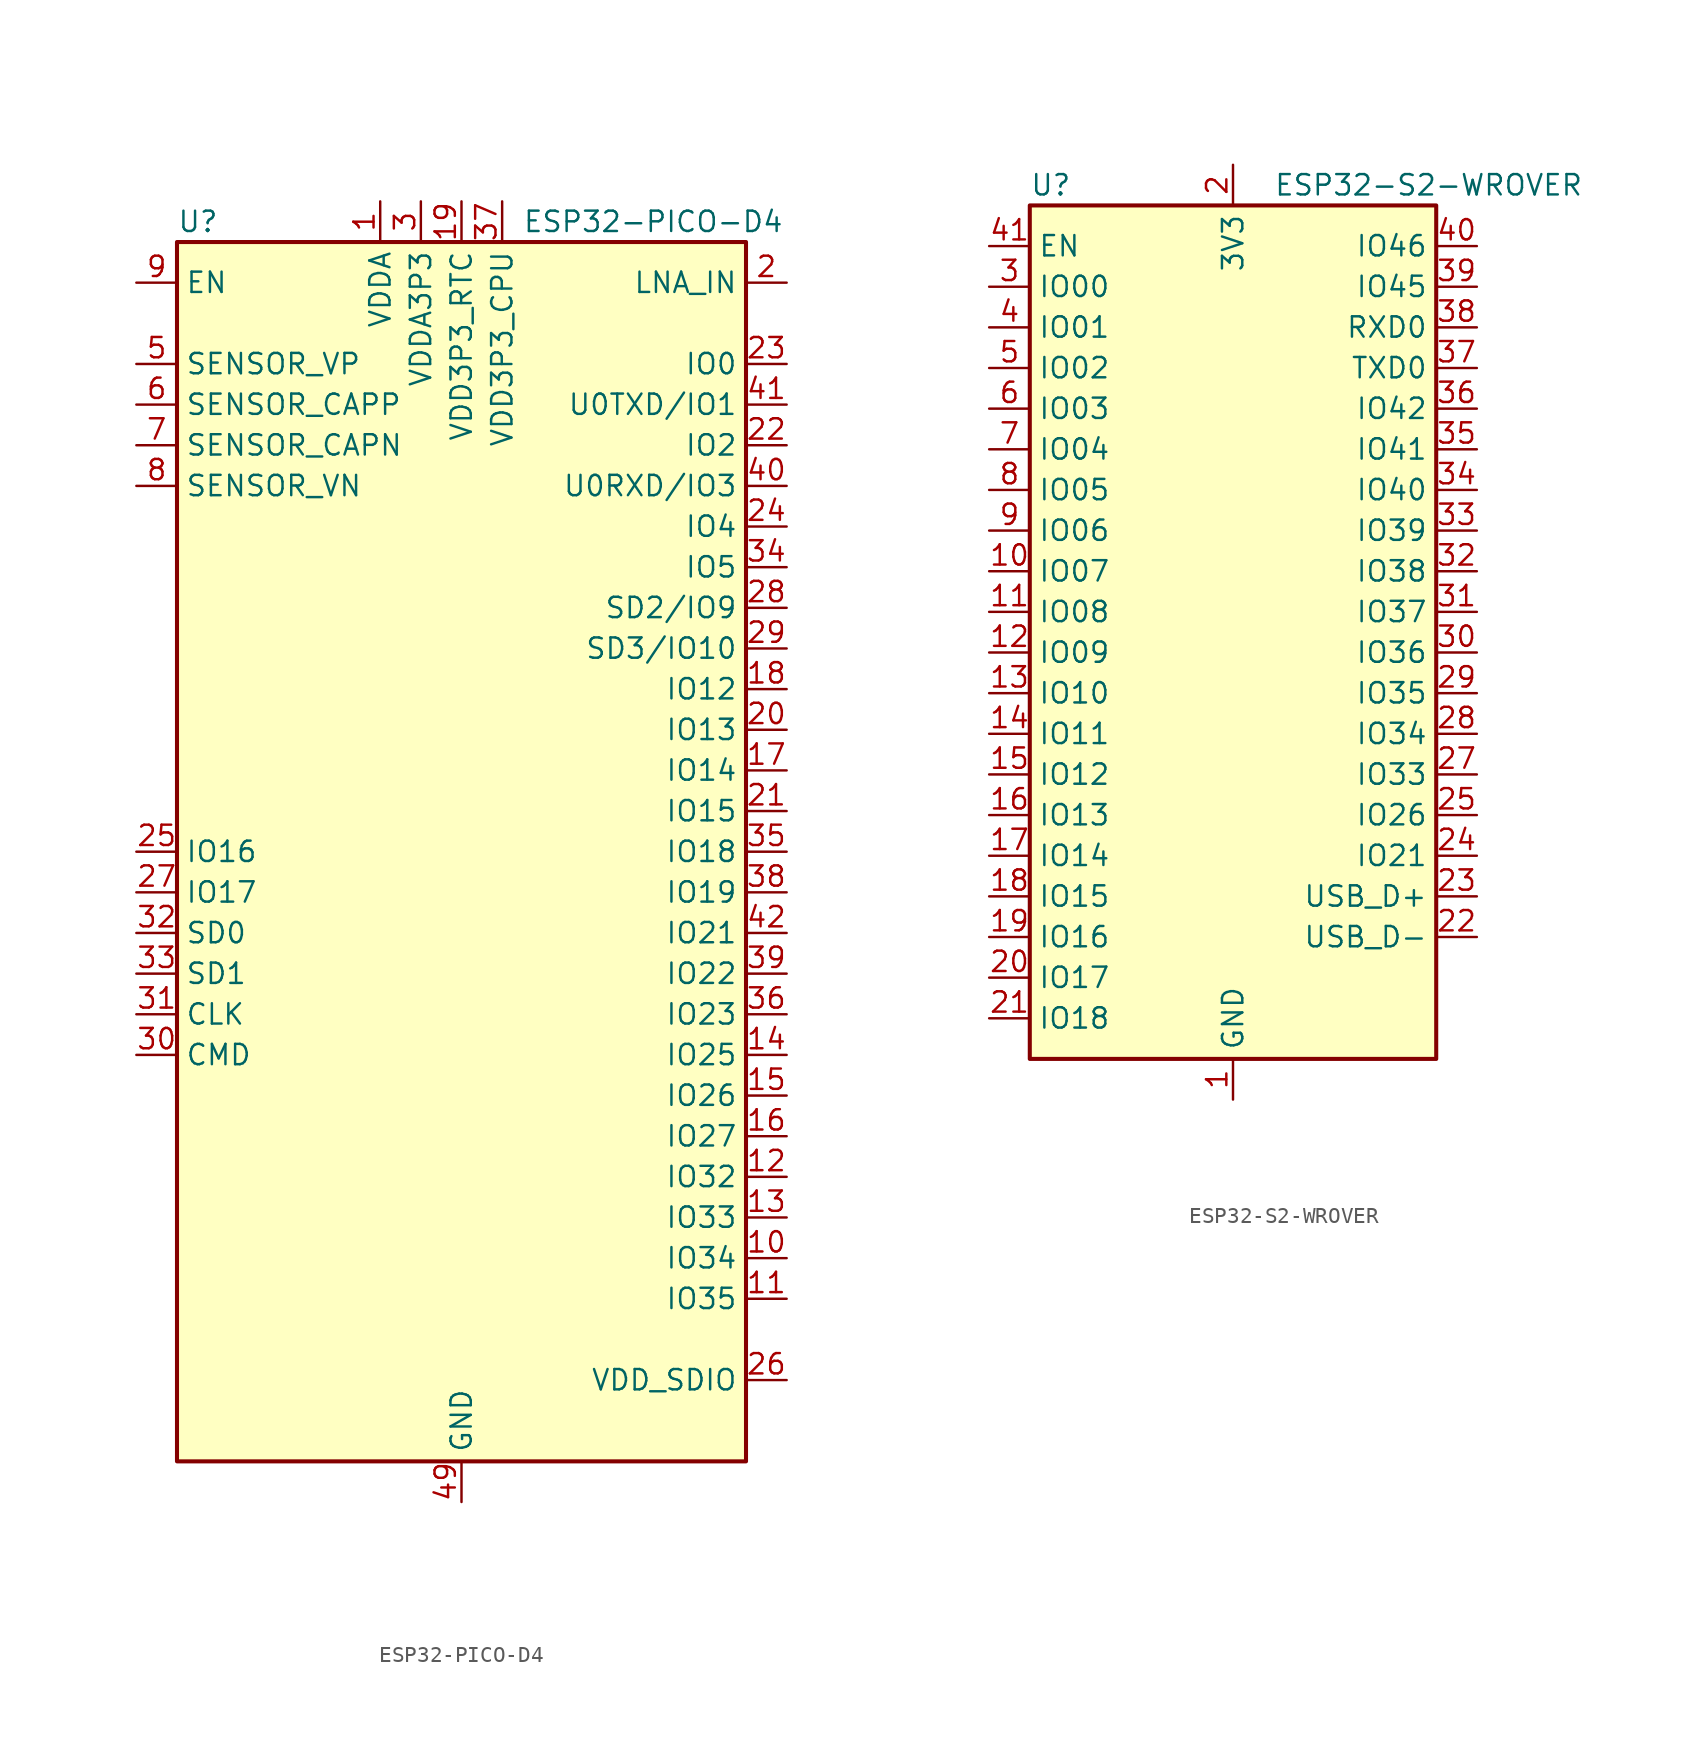
<source format=kicad_sym>
(kicad_symbol_lib
  (version 20211014)
  (generator kicad_symbol_editor)
  (symbol "ESP32-PICO-D4"
    (property "Reference" "U"
      (at -17.78 39.37 0)
      (effects (font (size 1.27 1.27)) (justify left)))
    (property "Value" "ESP32-PICO-D4"
      (at 3.81 39.37 0)
      (effects (font (size 1.27 1.27)) (justify left)))
    (symbol "ESP32-PICO-D4_0_0"
      (pin power_in line (at -5.08 40.64 270) (length 2.54) (name "VDDA" (effects (font (size 1.27 1.27)))) (number "1" (effects (font (size 1.27 1.27)))))
      (pin input line (at 20.32 -25.4 180) (length 2.54) (name "IO34" (effects (font (size 1.27 1.27)))) (number "10" (effects (font (size 1.27 1.27)))))
      (pin input line (at 20.32 -27.94 180) (length 2.54) (name "IO35" (effects (font (size 1.27 1.27)))) (number "11" (effects (font (size 1.27 1.27)))))
      (pin bidirectional line (at 20.32 -20.32 180) (length 2.54) (name "IO32" (effects (font (size 1.27 1.27)))) (number "12" (effects (font (size 1.27 1.27)))))
      (pin bidirectional line (at 20.32 -22.86 180) (length 2.54) (name "IO33" (effects (font (size 1.27 1.27)))) (number "13" (effects (font (size 1.27 1.27)))))
      (pin bidirectional line (at 20.32 -12.7 180) (length 2.54) (name "IO25" (effects (font (size 1.27 1.27)))) (number "14" (effects (font (size 1.27 1.27)))))
      (pin bidirectional line (at 20.32 -15.24 180) (length 2.54) (name "IO26" (effects (font (size 1.27 1.27)))) (number "15" (effects (font (size 1.27 1.27)))))
      (pin bidirectional line (at 20.32 -17.78 180) (length 2.54) (name "IO27" (effects (font (size 1.27 1.27)))) (number "16" (effects (font (size 1.27 1.27)))))
      (pin bidirectional line (at 20.32 5.08 180) (length 2.54) (name "IO14" (effects (font (size 1.27 1.27)))) (number "17" (effects (font (size 1.27 1.27)))))
      (pin bidirectional line (at 20.32 10.16 180) (length 2.54) (name "IO12" (effects (font (size 1.27 1.27)))) (number "18" (effects (font (size 1.27 1.27)))))
      (pin power_in line (at 0 40.64 270) (length 2.54) (name "VDD3P3_RTC" (effects (font (size 1.27 1.27)))) (number "19" (effects (font (size 1.27 1.27)))))
      (pin bidirectional line (at 20.32 35.56 180) (length 2.54) (name "LNA_IN" (effects (font (size 1.27 1.27)))) (number "2" (effects (font (size 1.27 1.27)))))
      (pin bidirectional line (at 20.32 7.62 180) (length 2.54) (name "IO13" (effects (font (size 1.27 1.27)))) (number "20" (effects (font (size 1.27 1.27)))))
      (pin bidirectional line (at 20.32 2.54 180) (length 2.54) (name "IO15" (effects (font (size 1.27 1.27)))) (number "21" (effects (font (size 1.27 1.27)))))
      (pin bidirectional line (at 20.32 25.4 180) (length 2.54) (name "IO2" (effects (font (size 1.27 1.27)))) (number "22" (effects (font (size 1.27 1.27)))))
      (pin bidirectional line (at 20.32 30.48 180) (length 2.54) (name "IO0" (effects (font (size 1.27 1.27)))) (number "23" (effects (font (size 1.27 1.27)))))
      (pin bidirectional line (at 20.32 20.32 180) (length 2.54) (name "IO4" (effects (font (size 1.27 1.27)))) (number "24" (effects (font (size 1.27 1.27)))))
      (pin bidirectional line (at -20.32 0 0) (length 2.54) (name "IO16" (effects (font (size 1.27 1.27)))) (number "25" (effects (font (size 1.27 1.27)))))
      (pin power_out line (at 20.32 -33.02 180) (length 2.54) (name "VDD_SDIO" (effects (font (size 1.27 1.27)))) (number "26" (effects (font (size 1.27 1.27)))))
      (pin bidirectional line (at -20.32 -2.54 0) (length 2.54) (name "IO17" (effects (font (size 1.27 1.27)))) (number "27" (effects (font (size 1.27 1.27)))))
      (pin bidirectional line (at 20.32 15.24 180) (length 2.54) (name "SD2/IO9" (effects (font (size 1.27 1.27)))) (number "28" (effects (font (size 1.27 1.27)))))
      (pin bidirectional line (at 20.32 12.7 180) (length 2.54) (name "SD3/IO10" (effects (font (size 1.27 1.27)))) (number "29" (effects (font (size 1.27 1.27)))))
      (pin power_in line (at -2.54 40.64 270) (length 2.54) (name "VDDA3P3" (effects (font (size 1.27 1.27)))) (number "3" (effects (font (size 1.27 1.27)))))
      (pin bidirectional line (at -20.32 -12.7 0) (length 2.54) (name "CMD" (effects (font (size 1.27 1.27)))) (number "30" (effects (font (size 1.27 1.27)))))
      (pin bidirectional line (at -20.32 -10.16 0) (length 2.54) (name "CLK" (effects (font (size 1.27 1.27)))) (number "31" (effects (font (size 1.27 1.27)))))
      (pin bidirectional line (at -20.32 -5.08 0) (length 2.54) (name "SD0" (effects (font (size 1.27 1.27)))) (number "32" (effects (font (size 1.27 1.27)))))
      (pin bidirectional line (at -20.32 -7.62 0) (length 2.54) (name "SD1" (effects (font (size 1.27 1.27)))) (number "33" (effects (font (size 1.27 1.27)))))
      (pin bidirectional line (at 20.32 17.78 180) (length 2.54) (name "IO5" (effects (font (size 1.27 1.27)))) (number "34" (effects (font (size 1.27 1.27)))))
      (pin bidirectional line (at 20.32 0 180) (length 2.54) (name "IO18" (effects (font (size 1.27 1.27)))) (number "35" (effects (font (size 1.27 1.27)))))
      (pin bidirectional line (at 20.32 -10.16 180) (length 2.54) (name "IO23" (effects (font (size 1.27 1.27)))) (number "36" (effects (font (size 1.27 1.27)))))
      (pin power_in line (at 2.54 40.64 270) (length 2.54) (name "VDD3P3_CPU" (effects (font (size 1.27 1.27)))) (number "37" (effects (font (size 1.27 1.27)))))
      (pin bidirectional line (at 20.32 -2.54 180) (length 2.54) (name "IO19" (effects (font (size 1.27 1.27)))) (number "38" (effects (font (size 1.27 1.27)))))
      (pin bidirectional line (at 20.32 -7.62 180) (length 2.54) (name "IO22" (effects (font (size 1.27 1.27)))) (number "39" (effects (font (size 1.27 1.27)))))
      (pin passive line (at -2.54 40.64 270) (length 2.54) hide (name "VDDA3P3" (effects (font (size 1.27 1.27)))) (number "4" (effects (font (size 1.27 1.27)))))
      (pin bidirectional line (at 20.32 22.86 180) (length 2.54) (name "U0RXD/IO3" (effects (font (size 1.27 1.27)))) (number "40" (effects (font (size 1.27 1.27)))))
      (pin bidirectional line (at 20.32 27.94 180) (length 2.54) (name "U0TXD/IO1" (effects (font (size 1.27 1.27)))) (number "41" (effects (font (size 1.27 1.27)))))
      (pin bidirectional line (at 20.32 -5.08 180) (length 2.54) (name "IO21" (effects (font (size 1.27 1.27)))) (number "42" (effects (font (size 1.27 1.27)))))
      (pin passive line (at -5.08 40.64 270) (length 2.54) hide (name "VDDA" (effects (font (size 1.27 1.27)))) (number "43" (effects (font (size 1.27 1.27)))))
      (pin no_connect line (at -17.78 -25.4 0) (length 2.54) hide (name "XTAL_N_NC" (effects (font (size 1.27 1.27)))) (number "44" (effects (font (size 1.27 1.27)))))
      (pin no_connect line (at -17.78 -27.94 0) (length 2.54) hide (name "XTAL_P_NC" (effects (font (size 1.27 1.27)))) (number "45" (effects (font (size 1.27 1.27)))))
      (pin passive line (at -5.08 40.64 270) (length 2.54) hide (name "VDDA" (effects (font (size 1.27 1.27)))) (number "46" (effects (font (size 1.27 1.27)))))
      (pin no_connect line (at -17.78 -30.48 0) (length 2.54) hide (name "CAP2_NC" (effects (font (size 1.27 1.27)))) (number "47" (effects (font (size 1.27 1.27)))))
      (pin no_connect line (at -17.78 -33.02 0) (length 2.54) hide (name "CAP1_NC" (effects (font (size 1.27 1.27)))) (number "48" (effects (font (size 1.27 1.27)))))
      (pin power_in line (at 0 -40.64 90) (length 2.54) (name "GND" (effects (font (size 1.27 1.27)))) (number "49" (effects (font (size 1.27 1.27)))))
      (pin input line (at -20.32 30.48 0) (length 2.54) (name "SENSOR_VP" (effects (font (size 1.27 1.27)))) (number "5" (effects (font (size 1.27 1.27)))))
      (pin input line (at -20.32 27.94 0) (length 2.54) (name "SENSOR_CAPP" (effects (font (size 1.27 1.27)))) (number "6" (effects (font (size 1.27 1.27)))))
      (pin input line (at -20.32 25.4 0) (length 2.54) (name "SENSOR_CAPN" (effects (font (size 1.27 1.27)))) (number "7" (effects (font (size 1.27 1.27)))))
      (pin input line (at -20.32 22.86 0) (length 2.54) (name "SENSOR_VN" (effects (font (size 1.27 1.27)))) (number "8" (effects (font (size 1.27 1.27)))))
      (pin input line (at -20.32 35.56 0) (length 2.54) (name "EN" (effects (font (size 1.27 1.27)))) (number "9" (effects (font (size 1.27 1.27))))))
    (symbol "ESP32-PICO-D4_0_1"
      (rectangle (start -17.78 38.1) (end 17.78 -38.1) (stroke (width 0.254) (type default) (color 0 0 0 0)) (fill (type background)))))
  (symbol "ESP32-S2-WROVER"
    (property "Reference" "U"
      (at -12.7 29.21 0)
      (effects (font (size 1.27 1.27)) (justify left)))
    (property "Value" "ESP32-S2-WROVER"
      (at 2.54 29.21 0)
      (effects (font (size 1.27 1.27)) (justify left)))
    (symbol "ESP32-S2-WROVER_0_1"
      (rectangle (start -12.7 27.94) (end 12.7 -25.4) (stroke (width 0.254) (type default) (color 0 0 0 0)) (fill (type background))))
    (symbol "ESP32-S2-WROVER_1_1"
      (pin power_in line (at 0 -27.94 90) (length 2.54) (name "GND" (effects (font (size 1.27 1.27)))) (number "1" (effects (font (size 1.27 1.27)))))
      (pin bidirectional line (at -15.24 5.08 0) (length 2.54) (name "IO07" (effects (font (size 1.27 1.27)))) (number "10" (effects (font (size 1.27 1.27)))))
      (pin bidirectional line (at -15.24 2.54 0) (length 2.54) (name "IO08" (effects (font (size 1.27 1.27)))) (number "11" (effects (font (size 1.27 1.27)))))
      (pin bidirectional line (at -15.24 0 0) (length 2.54) (name "IO09" (effects (font (size 1.27 1.27)))) (number "12" (effects (font (size 1.27 1.27)))))
      (pin bidirectional line (at -15.24 -2.54 0) (length 2.54) (name "IO10" (effects (font (size 1.27 1.27)))) (number "13" (effects (font (size 1.27 1.27)))))
      (pin bidirectional line (at -15.24 -5.08 0) (length 2.54) (name "IO11" (effects (font (size 1.27 1.27)))) (number "14" (effects (font (size 1.27 1.27)))))
      (pin bidirectional line (at -15.24 -7.62 0) (length 2.54) (name "IO12" (effects (font (size 1.27 1.27)))) (number "15" (effects (font (size 1.27 1.27)))))
      (pin bidirectional line (at -15.24 -10.16 0) (length 2.54) (name "IO13" (effects (font (size 1.27 1.27)))) (number "16" (effects (font (size 1.27 1.27)))))
      (pin bidirectional line (at -15.24 -12.7 0) (length 2.54) (name "IO14" (effects (font (size 1.27 1.27)))) (number "17" (effects (font (size 1.27 1.27)))))
      (pin bidirectional line (at -15.24 -15.24 0) (length 2.54) (name "IO15" (effects (font (size 1.27 1.27)))) (number "18" (effects (font (size 1.27 1.27)))))
      (pin bidirectional line (at -15.24 -17.78 0) (length 2.54) (name "IO16" (effects (font (size 1.27 1.27)))) (number "19" (effects (font (size 1.27 1.27)))))
      (pin power_in line (at 0 30.48 270) (length 2.54) (name "3V3" (effects (font (size 1.27 1.27)))) (number "2" (effects (font (size 1.27 1.27)))))
      (pin bidirectional line (at -15.24 -20.32 0) (length 2.54) (name "IO17" (effects (font (size 1.27 1.27)))) (number "20" (effects (font (size 1.27 1.27)))))
      (pin bidirectional line (at -15.24 -22.86 0) (length 2.54) (name "IO18" (effects (font (size 1.27 1.27)))) (number "21" (effects (font (size 1.27 1.27)))))
      (pin bidirectional line (at 15.24 -17.78 180) (length 2.54) (name "USB_D-" (effects (font (size 1.27 1.27)))) (number "22" (effects (font (size 1.27 1.27)))))
      (pin bidirectional line (at 15.24 -15.24 180) (length 2.54) (name "USB_D+" (effects (font (size 1.27 1.27)))) (number "23" (effects (font (size 1.27 1.27)))))
      (pin bidirectional line (at 15.24 -12.7 180) (length 2.54) (name "IO21" (effects (font (size 1.27 1.27)))) (number "24" (effects (font (size 1.27 1.27)))))
      (pin bidirectional line (at 15.24 -10.16 180) (length 2.54) (name "IO26" (effects (font (size 1.27 1.27)))) (number "25" (effects (font (size 1.27 1.27)))))
      (pin passive line (at 0 -27.94 90) (length 2.54) hide (name "GND" (effects (font (size 1.27 1.27)))) (number "26" (effects (font (size 1.27 1.27)))))
      (pin bidirectional line (at 15.24 -7.62 180) (length 2.54) (name "IO33" (effects (font (size 1.27 1.27)))) (number "27" (effects (font (size 1.27 1.27)))))
      (pin bidirectional line (at 15.24 -5.08 180) (length 2.54) (name "IO34" (effects (font (size 1.27 1.27)))) (number "28" (effects (font (size 1.27 1.27)))))
      (pin bidirectional line (at 15.24 -2.54 180) (length 2.54) (name "IO35" (effects (font (size 1.27 1.27)))) (number "29" (effects (font (size 1.27 1.27)))))
      (pin bidirectional line (at -15.24 22.86 0) (length 2.54) (name "IO00" (effects (font (size 1.27 1.27)))) (number "3" (effects (font (size 1.27 1.27)))))
      (pin bidirectional line (at 15.24 0 180) (length 2.54) (name "IO36" (effects (font (size 1.27 1.27)))) (number "30" (effects (font (size 1.27 1.27)))))
      (pin bidirectional line (at 15.24 2.54 180) (length 2.54) (name "IO37" (effects (font (size 1.27 1.27)))) (number "31" (effects (font (size 1.27 1.27)))))
      (pin bidirectional line (at 15.24 5.08 180) (length 2.54) (name "IO38" (effects (font (size 1.27 1.27)))) (number "32" (effects (font (size 1.27 1.27)))))
      (pin bidirectional line (at 15.24 7.62 180) (length 2.54) (name "IO39" (effects (font (size 1.27 1.27)))) (number "33" (effects (font (size 1.27 1.27)))))
      (pin bidirectional line (at 15.24 10.16 180) (length 2.54) (name "IO40" (effects (font (size 1.27 1.27)))) (number "34" (effects (font (size 1.27 1.27)))))
      (pin bidirectional line (at 15.24 12.7 180) (length 2.54) (name "IO41" (effects (font (size 1.27 1.27)))) (number "35" (effects (font (size 1.27 1.27)))))
      (pin bidirectional line (at 15.24 15.24 180) (length 2.54) (name "IO42" (effects (font (size 1.27 1.27)))) (number "36" (effects (font (size 1.27 1.27)))))
      (pin bidirectional line (at 15.24 17.78 180) (length 2.54) (name "TXD0" (effects (font (size 1.27 1.27)))) (number "37" (effects (font (size 1.27 1.27)))))
      (pin bidirectional line (at 15.24 20.32 180) (length 2.54) (name "RXD0" (effects (font (size 1.27 1.27)))) (number "38" (effects (font (size 1.27 1.27)))))
      (pin bidirectional line (at 15.24 22.86 180) (length 2.54) (name "IO45" (effects (font (size 1.27 1.27)))) (number "39" (effects (font (size 1.27 1.27)))))
      (pin bidirectional line (at -15.24 20.32 0) (length 2.54) (name "IO01" (effects (font (size 1.27 1.27)))) (number "4" (effects (font (size 1.27 1.27)))))
      (pin input line (at 15.24 25.4 180) (length 2.54) (name "IO46" (effects (font (size 1.27 1.27)))) (number "40" (effects (font (size 1.27 1.27)))))
      (pin input line (at -15.24 25.4 0) (length 2.54) (name "EN" (effects (font (size 1.27 1.27)))) (number "41" (effects (font (size 1.27 1.27)))))
      (pin passive line (at 0 -27.94 90) (length 2.54) hide (name "GND" (effects (font (size 1.27 1.27)))) (number "42" (effects (font (size 1.27 1.27)))))
      (pin passive line (at 0 -27.94 90) (length 2.54) hide (name "GND" (effects (font (size 1.27 1.27)))) (number "43" (effects (font (size 1.27 1.27)))))
      (pin bidirectional line (at -15.24 17.78 0) (length 2.54) (name "IO02" (effects (font (size 1.27 1.27)))) (number "5" (effects (font (size 1.27 1.27)))))
      (pin bidirectional line (at -15.24 15.24 0) (length 2.54) (name "IO03" (effects (font (size 1.27 1.27)))) (number "6" (effects (font (size 1.27 1.27)))))
      (pin bidirectional line (at -15.24 12.7 0) (length 2.54) (name "IO04" (effects (font (size 1.27 1.27)))) (number "7" (effects (font (size 1.27 1.27)))))
      (pin bidirectional line (at -15.24 10.16 0) (length 2.54) (name "IO05" (effects (font (size 1.27 1.27)))) (number "8" (effects (font (size 1.27 1.27)))))
      (pin bidirectional line (at -15.24 7.62 0) (length 2.54) (name "IO06" (effects (font (size 1.27 1.27)))) (number "9" (effects (font (size 1.27 1.27))))))))
</source>
